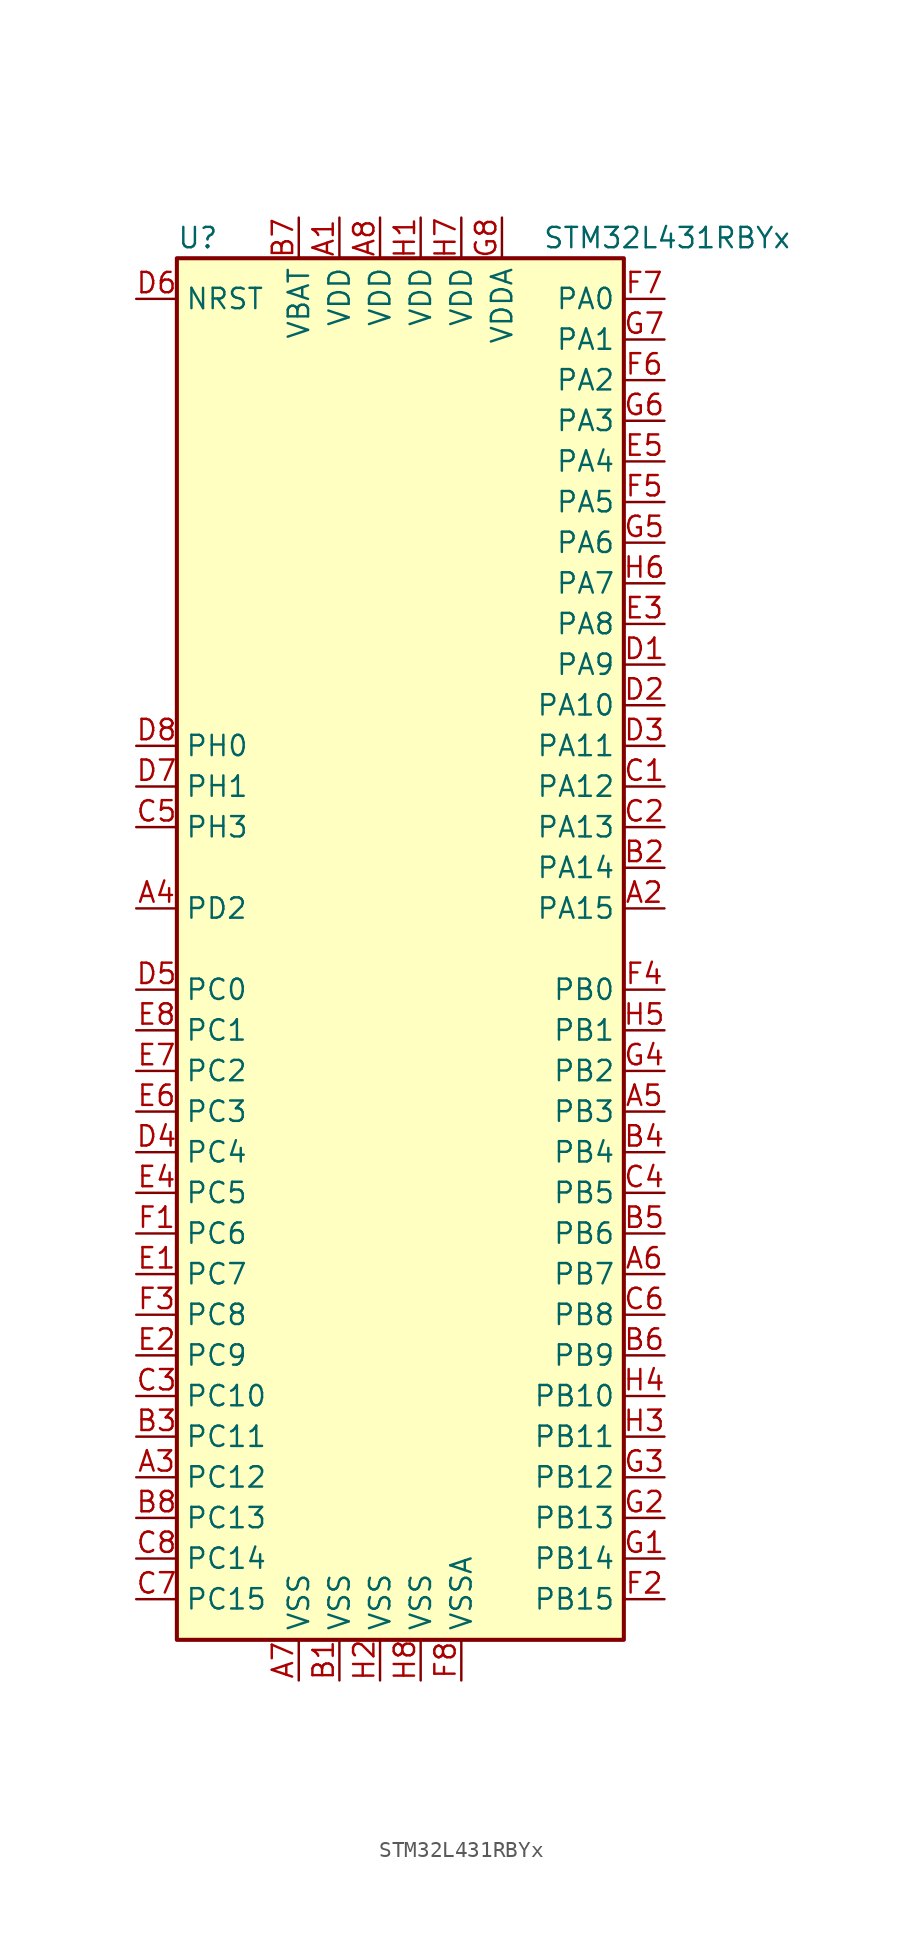
<source format=kicad_sym>
(kicad_symbol_lib
  (version 20201005)
  (generator kicad_symbol_editor)
  (symbol "STM32L431RBYx"
    (property "Reference" "U"
      (at -15.24 44.45 0)
      (effects (font (size 1.27 1.27)) (justify left)))
    (property "Value" "STM32L431RBYx"
      (at 7.62 44.45 0)
      (effects (font (size 1.27 1.27)) (justify left)))
    (symbol "STM32L431RBYx_0_1"
      (rectangle (start -15.24 -43.18) (end 12.7 43.18) (stroke (width 0.254)) (fill (type background))))
    (symbol "STM32L431RBYx_1_1"
      (pin power_in line (at -5.08 45.72 270) (length 2.54) (name "VDD" (effects (font (size 1.27 1.27)))) (number "A1" (effects (font (size 1.27 1.27)))))
      (pin bidirectional line (at 15.24 2.54 180) (length 2.54) (name "PA15" (effects (font (size 1.27 1.27)))) (number "A2" (effects (font (size 1.27 1.27)))))
      (pin bidirectional line (at -17.78 -33.02 0) (length 2.54) (name "PC12" (effects (font (size 1.27 1.27)))) (number "A3" (effects (font (size 1.27 1.27)))))
      (pin bidirectional line (at -17.78 2.54 0) (length 2.54) (name "PD2" (effects (font (size 1.27 1.27)))) (number "A4" (effects (font (size 1.27 1.27)))))
      (pin bidirectional line (at 15.24 -10.16 180) (length 2.54) (name "PB3" (effects (font (size 1.27 1.27)))) (number "A5" (effects (font (size 1.27 1.27)))))
      (pin bidirectional line (at 15.24 -20.32 180) (length 2.54) (name "PB7" (effects (font (size 1.27 1.27)))) (number "A6" (effects (font (size 1.27 1.27)))))
      (pin power_in line (at -7.62 -45.72 90) (length 2.54) (name "VSS" (effects (font (size 1.27 1.27)))) (number "A7" (effects (font (size 1.27 1.27)))))
      (pin power_in line (at -2.54 45.72 270) (length 2.54) (name "VDD" (effects (font (size 1.27 1.27)))) (number "A8" (effects (font (size 1.27 1.27)))))
      (pin power_in line (at -5.08 -45.72 90) (length 2.54) (name "VSS" (effects (font (size 1.27 1.27)))) (number "B1" (effects (font (size 1.27 1.27)))))
      (pin bidirectional line (at 15.24 5.08 180) (length 2.54) (name "PA14" (effects (font (size 1.27 1.27)))) (number "B2" (effects (font (size 1.27 1.27)))))
      (pin bidirectional line (at -17.78 -30.48 0) (length 2.54) (name "PC11" (effects (font (size 1.27 1.27)))) (number "B3" (effects (font (size 1.27 1.27)))))
      (pin bidirectional line (at 15.24 -12.7 180) (length 2.54) (name "PB4" (effects (font (size 1.27 1.27)))) (number "B4" (effects (font (size 1.27 1.27)))))
      (pin bidirectional line (at 15.24 -17.78 180) (length 2.54) (name "PB6" (effects (font (size 1.27 1.27)))) (number "B5" (effects (font (size 1.27 1.27)))))
      (pin bidirectional line (at 15.24 -25.4 180) (length 2.54) (name "PB9" (effects (font (size 1.27 1.27)))) (number "B6" (effects (font (size 1.27 1.27)))))
      (pin power_in line (at -7.62 45.72 270) (length 2.54) (name "VBAT" (effects (font (size 1.27 1.27)))) (number "B7" (effects (font (size 1.27 1.27)))))
      (pin bidirectional line (at -17.78 -35.56 0) (length 2.54) (name "PC13" (effects (font (size 1.27 1.27)))) (number "B8" (effects (font (size 1.27 1.27)))))
      (pin bidirectional line (at 15.24 10.16 180) (length 2.54) (name "PA12" (effects (font (size 1.27 1.27)))) (number "C1" (effects (font (size 1.27 1.27)))))
      (pin bidirectional line (at 15.24 7.62 180) (length 2.54) (name "PA13" (effects (font (size 1.27 1.27)))) (number "C2" (effects (font (size 1.27 1.27)))))
      (pin bidirectional line (at -17.78 -27.94 0) (length 2.54) (name "PC10" (effects (font (size 1.27 1.27)))) (number "C3" (effects (font (size 1.27 1.27)))))
      (pin bidirectional line (at 15.24 -15.24 180) (length 2.54) (name "PB5" (effects (font (size 1.27 1.27)))) (number "C4" (effects (font (size 1.27 1.27)))))
      (pin bidirectional line (at -17.78 7.62 0) (length 2.54) (name "PH3" (effects (font (size 1.27 1.27)))) (number "C5" (effects (font (size 1.27 1.27)))))
      (pin bidirectional line (at 15.24 -22.86 180) (length 2.54) (name "PB8" (effects (font (size 1.27 1.27)))) (number "C6" (effects (font (size 1.27 1.27)))))
      (pin bidirectional line (at -17.78 -40.64 0) (length 2.54) (name "PC15" (effects (font (size 1.27 1.27)))) (number "C7" (effects (font (size 1.27 1.27)))))
      (pin bidirectional line (at -17.78 -38.1 0) (length 2.54) (name "PC14" (effects (font (size 1.27 1.27)))) (number "C8" (effects (font (size 1.27 1.27)))))
      (pin bidirectional line (at 15.24 17.78 180) (length 2.54) (name "PA9" (effects (font (size 1.27 1.27)))) (number "D1" (effects (font (size 1.27 1.27)))))
      (pin bidirectional line (at 15.24 15.24 180) (length 2.54) (name "PA10" (effects (font (size 1.27 1.27)))) (number "D2" (effects (font (size 1.27 1.27)))))
      (pin bidirectional line (at 15.24 12.7 180) (length 2.54) (name "PA11" (effects (font (size 1.27 1.27)))) (number "D3" (effects (font (size 1.27 1.27)))))
      (pin bidirectional line (at -17.78 -12.7 0) (length 2.54) (name "PC4" (effects (font (size 1.27 1.27)))) (number "D4" (effects (font (size 1.27 1.27)))))
      (pin bidirectional line (at -17.78 -2.54 0) (length 2.54) (name "PC0" (effects (font (size 1.27 1.27)))) (number "D5" (effects (font (size 1.27 1.27)))))
      (pin input line (at -17.78 40.64 0) (length 2.54) (name "NRST" (effects (font (size 1.27 1.27)))) (number "D6" (effects (font (size 1.27 1.27)))))
      (pin input line (at -17.78 10.16 0) (length 2.54) (name "PH1" (effects (font (size 1.27 1.27)))) (number "D7" (effects (font (size 1.27 1.27)))))
      (pin input line (at -17.78 12.7 0) (length 2.54) (name "PH0" (effects (font (size 1.27 1.27)))) (number "D8" (effects (font (size 1.27 1.27)))))
      (pin bidirectional line (at -17.78 -20.32 0) (length 2.54) (name "PC7" (effects (font (size 1.27 1.27)))) (number "E1" (effects (font (size 1.27 1.27)))))
      (pin bidirectional line (at -17.78 -25.4 0) (length 2.54) (name "PC9" (effects (font (size 1.27 1.27)))) (number "E2" (effects (font (size 1.27 1.27)))))
      (pin bidirectional line (at 15.24 20.32 180) (length 2.54) (name "PA8" (effects (font (size 1.27 1.27)))) (number "E3" (effects (font (size 1.27 1.27)))))
      (pin bidirectional line (at -17.78 -15.24 0) (length 2.54) (name "PC5" (effects (font (size 1.27 1.27)))) (number "E4" (effects (font (size 1.27 1.27)))))
      (pin bidirectional line (at 15.24 30.48 180) (length 2.54) (name "PA4" (effects (font (size 1.27 1.27)))) (number "E5" (effects (font (size 1.27 1.27)))))
      (pin bidirectional line (at -17.78 -10.16 0) (length 2.54) (name "PC3" (effects (font (size 1.27 1.27)))) (number "E6" (effects (font (size 1.27 1.27)))))
      (pin bidirectional line (at -17.78 -7.62 0) (length 2.54) (name "PC2" (effects (font (size 1.27 1.27)))) (number "E7" (effects (font (size 1.27 1.27)))))
      (pin bidirectional line (at -17.78 -5.08 0) (length 2.54) (name "PC1" (effects (font (size 1.27 1.27)))) (number "E8" (effects (font (size 1.27 1.27)))))
      (pin bidirectional line (at -17.78 -17.78 0) (length 2.54) (name "PC6" (effects (font (size 1.27 1.27)))) (number "F1" (effects (font (size 1.27 1.27)))))
      (pin bidirectional line (at 15.24 -40.64 180) (length 2.54) (name "PB15" (effects (font (size 1.27 1.27)))) (number "F2" (effects (font (size 1.27 1.27)))))
      (pin bidirectional line (at -17.78 -22.86 0) (length 2.54) (name "PC8" (effects (font (size 1.27 1.27)))) (number "F3" (effects (font (size 1.27 1.27)))))
      (pin bidirectional line (at 15.24 -2.54 180) (length 2.54) (name "PB0" (effects (font (size 1.27 1.27)))) (number "F4" (effects (font (size 1.27 1.27)))))
      (pin bidirectional line (at 15.24 27.94 180) (length 2.54) (name "PA5" (effects (font (size 1.27 1.27)))) (number "F5" (effects (font (size 1.27 1.27)))))
      (pin bidirectional line (at 15.24 35.56 180) (length 2.54) (name "PA2" (effects (font (size 1.27 1.27)))) (number "F6" (effects (font (size 1.27 1.27)))))
      (pin bidirectional line (at 15.24 40.64 180) (length 2.54) (name "PA0" (effects (font (size 1.27 1.27)))) (number "F7" (effects (font (size 1.27 1.27)))))
      (pin power_in line (at 2.54 -45.72 90) (length 2.54) (name "VSSA" (effects (font (size 1.27 1.27)))) (number "F8" (effects (font (size 1.27 1.27)))))
      (pin bidirectional line (at 15.24 -38.1 180) (length 2.54) (name "PB14" (effects (font (size 1.27 1.27)))) (number "G1" (effects (font (size 1.27 1.27)))))
      (pin bidirectional line (at 15.24 -35.56 180) (length 2.54) (name "PB13" (effects (font (size 1.27 1.27)))) (number "G2" (effects (font (size 1.27 1.27)))))
      (pin bidirectional line (at 15.24 -33.02 180) (length 2.54) (name "PB12" (effects (font (size 1.27 1.27)))) (number "G3" (effects (font (size 1.27 1.27)))))
      (pin bidirectional line (at 15.24 -7.62 180) (length 2.54) (name "PB2" (effects (font (size 1.27 1.27)))) (number "G4" (effects (font (size 1.27 1.27)))))
      (pin bidirectional line (at 15.24 25.4 180) (length 2.54) (name "PA6" (effects (font (size 1.27 1.27)))) (number "G5" (effects (font (size 1.27 1.27)))))
      (pin bidirectional line (at 15.24 33.02 180) (length 2.54) (name "PA3" (effects (font (size 1.27 1.27)))) (number "G6" (effects (font (size 1.27 1.27)))))
      (pin bidirectional line (at 15.24 38.1 180) (length 2.54) (name "PA1" (effects (font (size 1.27 1.27)))) (number "G7" (effects (font (size 1.27 1.27)))))
      (pin power_in line (at 5.08 45.72 270) (length 2.54) (name "VDDA" (effects (font (size 1.27 1.27)))) (number "G8" (effects (font (size 1.27 1.27)))))
      (pin power_in line (at 0 45.72 270) (length 2.54) (name "VDD" (effects (font (size 1.27 1.27)))) (number "H1" (effects (font (size 1.27 1.27)))))
      (pin power_in line (at -2.54 -45.72 90) (length 2.54) (name "VSS" (effects (font (size 1.27 1.27)))) (number "H2" (effects (font (size 1.27 1.27)))))
      (pin bidirectional line (at 15.24 -30.48 180) (length 2.54) (name "PB11" (effects (font (size 1.27 1.27)))) (number "H3" (effects (font (size 1.27 1.27)))))
      (pin bidirectional line (at 15.24 -27.94 180) (length 2.54) (name "PB10" (effects (font (size 1.27 1.27)))) (number "H4" (effects (font (size 1.27 1.27)))))
      (pin bidirectional line (at 15.24 -5.08 180) (length 2.54) (name "PB1" (effects (font (size 1.27 1.27)))) (number "H5" (effects (font (size 1.27 1.27)))))
      (pin bidirectional line (at 15.24 22.86 180) (length 2.54) (name "PA7" (effects (font (size 1.27 1.27)))) (number "H6" (effects (font (size 1.27 1.27)))))
      (pin power_in line (at 2.54 45.72 270) (length 2.54) (name "VDD" (effects (font (size 1.27 1.27)))) (number "H7" (effects (font (size 1.27 1.27)))))
      (pin power_in line (at 0 -45.72 90) (length 2.54) (name "VSS" (effects (font (size 1.27 1.27)))) (number "H8" (effects (font (size 1.27 1.27))))))))
</source>
